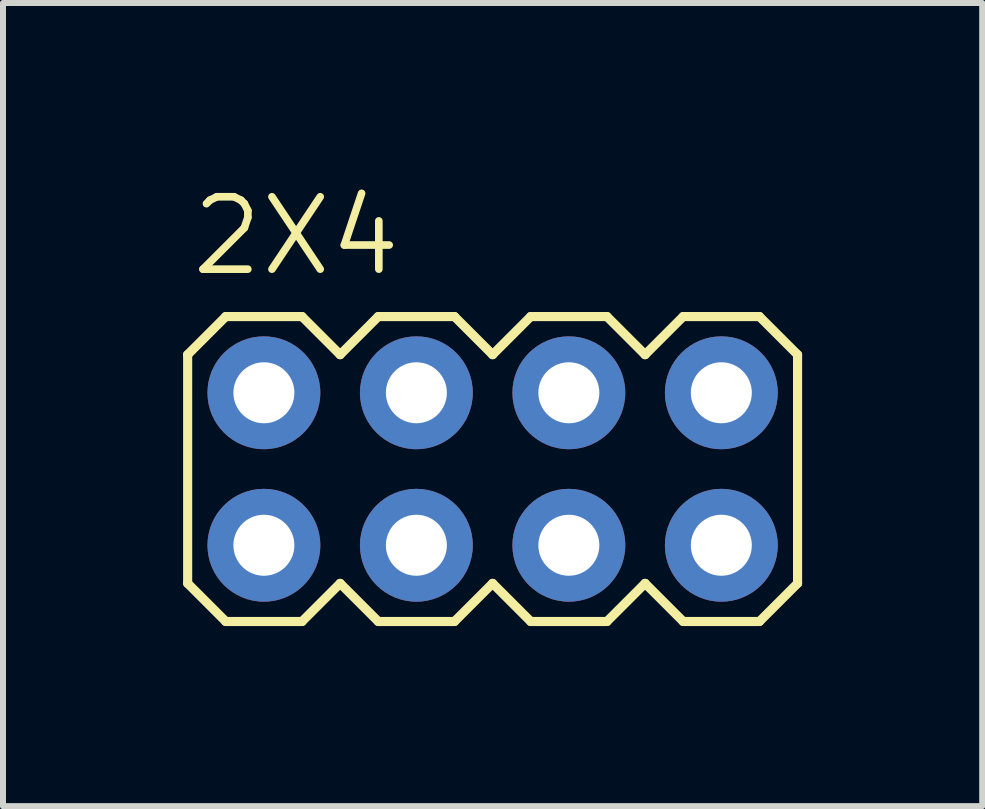
<source format=kicad_pcb>
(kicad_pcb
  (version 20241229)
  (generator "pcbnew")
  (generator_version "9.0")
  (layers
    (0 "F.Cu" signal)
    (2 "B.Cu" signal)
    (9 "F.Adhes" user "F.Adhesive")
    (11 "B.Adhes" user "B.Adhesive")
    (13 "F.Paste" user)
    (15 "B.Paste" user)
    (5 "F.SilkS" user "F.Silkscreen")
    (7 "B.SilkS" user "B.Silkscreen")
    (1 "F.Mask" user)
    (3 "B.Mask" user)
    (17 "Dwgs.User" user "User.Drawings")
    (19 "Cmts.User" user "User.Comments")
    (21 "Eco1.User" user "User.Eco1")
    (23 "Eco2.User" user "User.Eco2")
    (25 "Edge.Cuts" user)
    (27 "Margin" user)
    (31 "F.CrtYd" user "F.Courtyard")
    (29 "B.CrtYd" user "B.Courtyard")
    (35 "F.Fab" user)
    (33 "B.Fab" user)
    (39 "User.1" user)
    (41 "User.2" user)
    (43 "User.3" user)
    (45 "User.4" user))
  (footprint "2X4"
    (layer "F.Cu")
    (at 5.156 4.763)
    (property "Reference" "2X4" (at -5.08 -3.175 0) (layer "F.SilkS") (effects (font (size 1.206 1.206) (thickness 0.127)) (justify left bottom)))
    (attr through_hole)
    (fp_line (start -5.08 -1.905) (end -4.445 -2.54) (stroke (width 0.152) (type solid)) (layer "F.SilkS"))
    (fp_line (start -5.08 1.905) (end -5.08 -1.905) (stroke (width 0.152) (type solid)) (layer "F.SilkS"))
    (fp_line (start -5.08 1.905) (end -4.445 2.54) (stroke (width 0.152) (type solid)) (layer "F.SilkS"))
    (fp_line (start -4.445 -2.54) (end -3.175 -2.54) (stroke (width 0.152) (type solid)) (layer "F.SilkS"))
    (fp_line (start -4.445 2.54) (end -3.175 2.54) (stroke (width 0.152) (type solid)) (layer "F.SilkS"))
    (fp_line (start -3.175 -2.54) (end -2.54 -1.905) (stroke (width 0.152) (type solid)) (layer "F.SilkS"))
    (fp_line (start -3.175 2.54) (end -2.54 1.905) (stroke (width 0.152) (type solid)) (layer "F.SilkS"))
    (fp_line (start -2.54 -1.905) (end -1.905 -2.54) (stroke (width 0.152) (type solid)) (layer "F.SilkS"))
    (fp_line (start -2.54 1.905) (end -1.905 2.54) (stroke (width 0.152) (type solid)) (layer "F.SilkS"))
    (fp_line (start -1.905 -2.54) (end -0.635 -2.54) (stroke (width 0.152) (type solid)) (layer "F.SilkS"))
    (fp_line (start -1.905 2.54) (end -0.635 2.54) (stroke (width 0.152) (type solid)) (layer "F.SilkS"))
    (fp_line (start -0.635 -2.54) (end 0 -1.905) (stroke (width 0.152) (type solid)) (layer "F.SilkS"))
    (fp_line (start -0.635 2.54) (end 0 1.905) (stroke (width 0.152) (type solid)) (layer "F.SilkS"))
    (fp_line (start 0 -1.905) (end 0.635 -2.54) (stroke (width 0.152) (type solid)) (layer "F.SilkS"))
    (fp_line (start 0 1.905) (end 0.635 2.54) (stroke (width 0.152) (type solid)) (layer "F.SilkS"))
    (fp_line (start 0.635 -2.54) (end 1.905 -2.54) (stroke (width 0.152) (type solid)) (layer "F.SilkS"))
    (fp_line (start 0.635 2.54) (end 1.905 2.54) (stroke (width 0.152) (type solid)) (layer "F.SilkS"))
    (fp_line (start 1.905 -2.54) (end 2.54 -1.905) (stroke (width 0.152) (type solid)) (layer "F.SilkS"))
    (fp_line (start 1.905 2.54) (end 2.54 1.905) (stroke (width 0.152) (type solid)) (layer "F.SilkS"))
    (fp_line (start 2.54 -1.905) (end 3.175 -2.54) (stroke (width 0.152) (type solid)) (layer "F.SilkS"))
    (fp_line (start 2.54 1.905) (end 3.175 2.54) (stroke (width 0.152) (type solid)) (layer "F.SilkS"))
    (fp_line (start 3.175 -2.54) (end 4.445 -2.54) (stroke (width 0.152) (type solid)) (layer "F.SilkS"))
    (fp_line (start 3.175 2.54) (end 4.445 2.54) (stroke (width 0.152) (type solid)) (layer "F.SilkS"))
    (fp_line (start 4.445 -2.54) (end 5.08 -1.905) (stroke (width 0.152) (type solid)) (layer "F.SilkS"))
    (fp_line (start 4.445 2.54) (end 5.08 1.905) (stroke (width 0.152) (type solid)) (layer "F.SilkS"))
    (fp_line (start 5.08 -1.905) (end 5.08 1.905) (stroke (width 0.152) (type solid)) (layer "F.SilkS"))
    (fp_poly (pts (xy -4.064 -1.016) (xy -3.556 -1.016) (xy -3.556 -1.524) (xy -4.064 -1.524)) (stroke (width 0.1) (type solid)) (fill no) (layer "Dwgs.User"))
    (fp_poly (pts (xy -4.064 1.524) (xy -3.556 1.524) (xy -3.556 1.016) (xy -4.064 1.016)) (stroke (width 0.1) (type solid)) (fill no) (layer "Dwgs.User"))
    (fp_poly (pts (xy -1.524 -1.016) (xy -1.016 -1.016) (xy -1.016 -1.524) (xy -1.524 -1.524)) (stroke (width 0.1) (type solid)) (fill no) (layer "Dwgs.User"))
    (fp_poly (pts (xy -1.524 1.524) (xy -1.016 1.524) (xy -1.016 1.016) (xy -1.524 1.016)) (stroke (width 0.1) (type solid)) (fill no) (layer "Dwgs.User"))
    (fp_poly (pts (xy 1.016 -1.016) (xy 1.524 -1.016) (xy 1.524 -1.524) (xy 1.016 -1.524)) (stroke (width 0.1) (type solid)) (fill no) (layer "Dwgs.User"))
    (fp_poly (pts (xy 1.016 1.524) (xy 1.524 1.524) (xy 1.524 1.016) (xy 1.016 1.016)) (stroke (width 0.1) (type solid)) (fill no) (layer "Dwgs.User"))
    (fp_poly (pts (xy 3.556 -1.016) (xy 4.064 -1.016) (xy 4.064 -1.524) (xy 3.556 -1.524)) (stroke (width 0.1) (type solid)) (fill no) (layer "Dwgs.User"))
    (fp_poly (pts (xy 3.556 1.524) (xy 4.064 1.524) (xy 4.064 1.016) (xy 3.556 1.016)) (stroke (width 0.1) (type solid)) (fill no) (layer "Dwgs.User"))
    (pad "1" thru_hole circle (at -3.81 1.27) (size 1.88 1.88) (drill 1.016) (layers "*.Cu" "*.Mask"))
    (pad "2" thru_hole circle (at -3.81 -1.27) (size 1.88 1.88) (drill 1.016) (layers "*.Cu" "*.Mask"))
    (pad "3" thru_hole circle (at -1.27 1.27) (size 1.88 1.88) (drill 1.016) (layers "*.Cu" "*.Mask"))
    (pad "4" thru_hole circle (at -1.27 -1.27) (size 1.88 1.88) (drill 1.016) (layers "*.Cu" "*.Mask"))
    (pad "5" thru_hole circle (at 1.27 1.27) (size 1.88 1.88) (drill 1.016) (layers "*.Cu" "*.Mask"))
    (pad "6" thru_hole circle (at 1.27 -1.27) (size 1.88 1.88) (drill 1.016) (layers "*.Cu" "*.Mask"))
    (pad "7" thru_hole circle (at 3.81 1.27) (size 1.88 1.88) (drill 1.016) (layers "*.Cu" "*.Mask"))
    (pad "8" thru_hole circle (at 3.81 -1.27) (size 1.88 1.88) (drill 1.016) (layers "*.Cu" "*.Mask")))
  (gr_rect
    (start -3 -3)
    (end 13.312 10.379)
    (stroke (width 0.1) (type default))
    (fill no)
    (layer "Edge.Cuts")))
</source>
